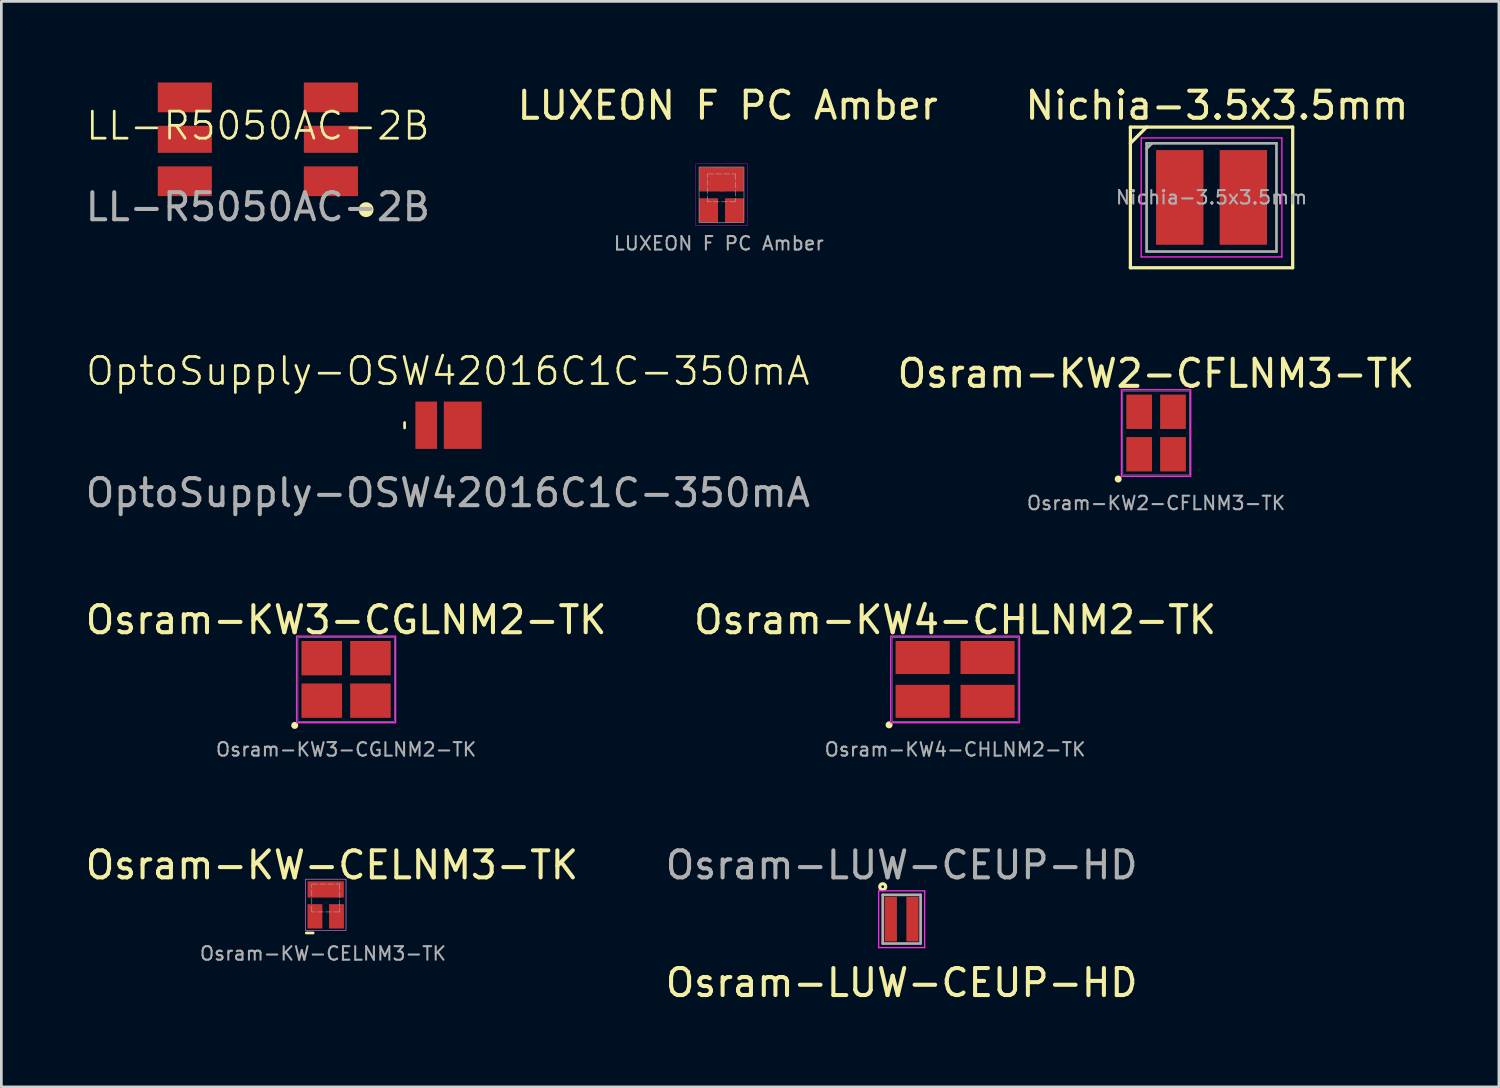
<source format=kicad_pcb>
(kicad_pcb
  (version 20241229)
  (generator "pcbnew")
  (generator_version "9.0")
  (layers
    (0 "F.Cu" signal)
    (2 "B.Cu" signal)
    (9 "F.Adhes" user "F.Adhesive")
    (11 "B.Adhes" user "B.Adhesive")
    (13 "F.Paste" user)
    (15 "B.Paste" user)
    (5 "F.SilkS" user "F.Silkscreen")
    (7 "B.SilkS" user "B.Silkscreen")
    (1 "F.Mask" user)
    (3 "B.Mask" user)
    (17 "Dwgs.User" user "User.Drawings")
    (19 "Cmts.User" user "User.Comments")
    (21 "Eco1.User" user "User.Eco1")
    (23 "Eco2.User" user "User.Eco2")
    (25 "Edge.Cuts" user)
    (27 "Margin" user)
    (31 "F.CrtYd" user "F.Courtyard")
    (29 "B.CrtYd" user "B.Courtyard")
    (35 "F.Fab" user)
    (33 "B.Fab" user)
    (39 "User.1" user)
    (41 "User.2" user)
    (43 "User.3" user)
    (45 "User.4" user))
  (footprint "Nichia-3.5x3.5mm"
    (layer "F.Cu")
    (at 41.735 4.248)
    (property "Reference" "Nichia-3.5x3.5mm" (at 0.2 -3.4 0) (layer "F.SilkS") (effects (font (size 1 1) (thickness 0.15))))
    (attr smd)
    (fp_line (start -3 -2.6) (end 3 -2.6) (stroke (width 0.12) (type solid)) (layer "F.SilkS"))
    (fp_line (start -3 -2) (end -2.4 -2.6) (stroke (width 0.12) (type solid)) (layer "F.SilkS"))
    (fp_line (start -3 2.6) (end -3 -2.6) (stroke (width 0.12) (type solid)) (layer "F.SilkS"))
    (fp_line (start 3 2.6) (end -3 2.6) (stroke (width 0.12) (type solid)) (layer "F.SilkS"))
    (fp_line (start 3 2.6) (end 3 -2.6) (stroke (width 0.12) (type solid)) (layer "F.SilkS"))
    (fp_line (start -2.6 -2.2) (end 2.6 -2.2) (stroke (width 0.05) (type solid)) (layer "F.CrtYd"))
    (fp_line (start -2.6 2.2) (end -2.6 -2.2) (stroke (width 0.05) (type solid)) (layer "F.CrtYd"))
    (fp_line (start 2.6 -2.2) (end 2.6 2.2) (stroke (width 0.05) (type solid)) (layer "F.CrtYd"))
    (fp_line (start 2.6 2.2) (end -2.6 2.2) (stroke (width 0.05) (type solid)) (layer "F.CrtYd"))
    (fp_line (start -2.4 -2) (end 2.4 -2) (stroke (width 0.1) (type solid)) (layer "F.Fab"))
    (fp_line (start -2.4 -1.8) (end -2.2 -2) (stroke (width 0.1) (type solid)) (layer "F.Fab"))
    (fp_line (start -2.4 2) (end -2.4 -2) (stroke (width 0.1) (type solid)) (layer "F.Fab"))
    (fp_line (start 2.4 -2) (end 2.4 2) (stroke (width 0.1) (type solid)) (layer "F.Fab"))
    (fp_line (start 2.4 2) (end -2.4 2) (stroke (width 0.1) (type solid)) (layer "F.Fab"))
    (fp_text user "${REFERENCE}" (at 0 0 0) (layer "F.Fab") (effects (font (size 0.5 0.5) (thickness 0.075))))
    (pad "1" smd rect (at -1.175 0 90) (size 3.5 1.75) (layers "F.Cu" "F.Mask" "F.Paste"))
    (pad "2" smd rect (at 1.175 0 90) (size 3.5 1.75) (layers "F.Cu" "F.Mask" "F.Paste")))
  (footprint "Osram-KW2-CFLNM3-TK"
    (layer "F.Cu")
    (at 39.685 12.957)
    (property "Reference" "Osram-KW2-CFLNM3-TK" (at 0 -2.2 0) (layer "F.SilkS") (effects (font (size 1 1) (thickness 0.15))))
    (attr smd)
    (fp_circle (center -1.4 1.7) (end -1.275 1.7) (stroke (width 0.01) (type solid)) (fill yes) (layer "F.SilkS"))
    (fp_rect (start -1.28 -1.6) (end 1.28 1.6) (stroke (width 0.05) (type default)) (fill no) (layer "F.CrtYd"))
    (fp_rect (start -1.23 -1.55) (end 1.23 1.55) (stroke (width 0.02) (type default)) (fill no) (layer "F.Fab"))
    (fp_text user "${REFERENCE}" (at 0 2.59 0) (layer "F.Fab") (effects (font (size 0.5 0.5) (thickness 0.075))))
    (pad "1" smd rect (at -0.625 0.785) (size 0.85 1.17) (layers "F.Cu" "F.Paste"))
    (pad "1" smd rect (at -0.625 0.785) (size 0.95 1.27) (layers "F.Cu" "F.Mask"))
    (pad "2" smd rect (at 0.625 0.785) (size 0.85 1.17) (layers "F.Cu" "F.Paste"))
    (pad "2" smd rect (at 0.625 0.785) (size 0.95 1.27) (layers "F.Cu" "F.Mask"))
    (pad "TH" smd rect (at -0.625 -0.785) (size 0.85 1.17) (layers "F.Cu" "F.Paste"))
    (pad "TH" smd rect (at -0.625 -0.785) (size 0.95 1.27) (layers "F.Cu" "F.Mask"))
    (pad "TH" smd rect (at 0.625 -0.785) (size 0.85 1.17) (layers "F.Cu" "F.Paste"))
    (pad "TH" smd rect (at 0.625 -0.785) (size 0.95 1.27) (layers "F.Cu" "F.Mask")))
  (footprint "Osram-KW4-CHLNM2-TK"
    (layer "F.Cu")
    (at 32.256 22.065)
    (property "Reference" "Osram-KW4-CHLNM2-TK" (at 0 -2.2 0) (layer "F.SilkS") (effects (font (size 1 1) (thickness 0.15))))
    (attr smd)
    (fp_circle (center -2.44 1.68) (end -2.315 1.68) (stroke (width 0.01) (type solid)) (fill yes) (layer "F.SilkS"))
    (fp_rect (start -2.38 -1.6) (end 2.38 1.6) (stroke (width 0.05) (type default)) (fill no) (layer "F.CrtYd"))
    (fp_rect (start -2.33 -1.55) (end 2.33 1.55) (stroke (width 0.02) (type default)) (fill no) (layer "F.Fab"))
    (fp_text user "${REFERENCE}" (at 0 2.59 0) (layer "F.Fab") (effects (font (size 0.5 0.5) (thickness 0.075))))
    (pad "1" smd rect (at -1.75 0.48) (size 0.8 0.45) (layers "F.Cu" "F.Paste"))
    (pad "1" smd rect (at -1.75 1.14) (size 0.8 0.45) (layers "F.Cu" "F.Paste"))
    (pad "1" smd rect (at -1.2 0.81) (size 2 1.22) (layers "F.Cu" "F.Mask"))
    (pad "1" smd rect (at -0.65 0.48) (size 0.8 0.45) (layers "F.Cu" "F.Paste"))
    (pad "1" smd rect (at -0.65 1.14) (size 0.8 0.45) (layers "F.Cu" "F.Paste"))
    (pad "2" smd rect (at 0.65 0.48) (size 0.8 0.45) (layers "F.Cu" "F.Paste"))
    (pad "2" smd rect (at 0.65 1.14) (size 0.8 0.45) (layers "F.Cu" "F.Paste"))
    (pad "2" smd rect (at 1.2 0.81) (size 2 1.22) (layers "F.Cu" "F.Mask"))
    (pad "2" smd rect (at 1.75 0.48) (size 0.8 0.45) (layers "F.Cu" "F.Paste"))
    (pad "2" smd rect (at 1.75 1.14) (size 0.8 0.45) (layers "F.Cu" "F.Paste"))
    (pad "TH" smd rect (at -1.75 -1.14) (size 0.8 0.45) (layers "F.Cu" "F.Paste"))
    (pad "TH" smd rect (at -1.75 -0.48) (size 0.8 0.45) (layers "F.Cu" "F.Paste"))
    (pad "TH" smd rect (at -1.2 -0.81) (size 2 1.22) (layers "F.Cu" "F.Mask"))
    (pad "TH" smd rect (at -0.65 -1.14) (size 0.8 0.45) (layers "F.Cu" "F.Paste"))
    (pad "TH" smd rect (at -0.65 -0.48) (size 0.8 0.45) (layers "F.Cu" "F.Paste"))
    (pad "TH" smd rect (at 0.65 -1.14) (size 0.8 0.45) (layers "F.Cu" "F.Paste"))
    (pad "TH" smd rect (at 0.65 -0.48) (size 0.8 0.45) (layers "F.Cu" "F.Paste"))
    (pad "TH" smd rect (at 1.2 -0.81) (size 2 1.22) (layers "F.Cu" "F.Mask"))
    (pad "TH" smd rect (at 1.75 -1.14) (size 0.8 0.45) (layers "F.Cu" "F.Paste"))
    (pad "TH" smd rect (at 1.75 -0.48) (size 0.8 0.45) (layers "F.Cu" "F.Paste")))
  (footprint "OptoSupply-OSW42016C1C-350mA"
    (layer "F.Cu")
    (at 13.506 12.669)
    (property "Reference" "OptoSupply-OSW42016C1C-350mA" (at 0 -2 0) (unlocked yes) (layer "F.SilkS") (effects (font (size 1 1) (thickness 0.1))))
    (attr smd)
    (fp_line (start -1.6 -0.1) (end -1.6 0.1) (stroke (width 0.1) (type default)) (layer "F.SilkS"))
    (fp_text user "${REFERENCE}" (at 0 2.5 0) (unlocked yes) (layer "F.Fab") (effects (font (size 1 1) (thickness 0.15))))
    (pad "1" smd rect (at -0.8 0 180) (size 0.8 1.75) (layers "F.Cu" "F.Mask" "F.Paste"))
    (pad "2" smd rect (at 0.55 0 180) (size 1.4 1.75) (layers "F.Cu" "F.Mask" "F.Paste")))
  (footprint "Osram-KW-CELNM3-TK"
    (layer "F.Cu")
    (at 8.99 30.398)
    (property "Reference" "Osram-KW-CELNM3-TK" (at 0.23 -1.47 0) (layer "F.SilkS") (effects (font (size 1 1) (thickness 0.15))))
    (attr smd)
    (fp_line (start -0.717 1.04) (end -0.463 1.04) (stroke (width 0.1) (type default)) (layer "F.SilkS"))
    (fp_rect (start -0.75 -0.95) (end 0.75 0.95) (stroke (width 0.01) (type default)) (fill no) (layer "F.CrtYd"))
    (fp_rect (start -0.515 -0.769) (end 0.515 0.261) (stroke (width 0.02) (type dash)) (fill no) (layer "F.Fab"))
    (fp_rect (start 0.75 0.95) (end -0.75 -0.95) (stroke (width 0.02) (type default)) (fill no) (layer "F.Fab"))
    (fp_text user "${REFERENCE}" (at -0.1 1.8 0) (layer "F.Fab") (effects (font (size 0.5 0.5) (thickness 0.075))))
    (pad "1" smd rect (at -0.398 0.425 180) (size 0.55 0.9) (layers "F.Cu" "F.Mask"))
    (pad "2" smd rect (at 0.398 0.425 180) (size 0.55 0.9) (layers "F.Cu" "F.Mask"))
    (pad "TH" smd rect (at 0 -0.57 180) (size 1.34 0.6) (property pad_prop_heatsink) (layers "F.Cu" "F.Mask")))
  (footprint "Osram-LUW-CEUP-HD"
    (layer "F.Cu")
    (at 30.28 30.928)
    (property "Reference" "Osram-LUW-CEUP-HD" (at 0 2.35 0) (layer "F.SilkS") (effects (font (size 1 1) (thickness 0.15))))
    (attr smd)
    (fp_circle (center -0.7 -1.2) (end -0.65 -1.2) (stroke (width 0.12) (type solid)) (fill no) (layer "F.SilkS"))
    (fp_line (start -0.85 -1.05) (end -0.85 1.05) (stroke (width 0.05) (type solid)) (layer "F.CrtYd"))
    (fp_line (start -0.85 -1.05) (end 0.85 -1.05) (stroke (width 0.05) (type solid)) (layer "F.CrtYd"))
    (fp_line (start 0.85 1.05) (end -0.85 1.05) (stroke (width 0.05) (type solid)) (layer "F.CrtYd"))
    (fp_line (start 0.85 1.05) (end 0.85 -1.05) (stroke (width 0.05) (type solid)) (layer "F.CrtYd"))
    (fp_line (start -0.7 -0.9) (end -0.7 0.9) (stroke (width 0.1) (type solid)) (layer "F.Fab"))
    (fp_line (start -0.7 0.9) (end 0.7 0.9) (stroke (width 0.1) (type solid)) (layer "F.Fab"))
    (fp_line (start 0.7 -0.9) (end -0.7 -0.9) (stroke (width 0.1) (type solid)) (layer "F.Fab"))
    (fp_line (start 0.7 0.9) (end 0.7 -0.9) (stroke (width 0.1) (type solid)) (layer "F.Fab"))
    (fp_text user "${REFERENCE}" (at 0 -2 0) (layer "F.Fab") (effects (font (size 1 1) (thickness 0.15))))
    (pad "1" smd rect (at -0.4 0 180) (size 0.45 1.65) (layers "F.Cu" "F.Mask" "F.Paste"))
    (pad "2" smd rect (at 0.4 0 180) (size 0.45 1.65) (layers "F.Cu" "F.Mask" "F.Paste")))
  (footprint "LUXEON F PC Amber"
    (layer "F.Cu")
    (at 23.621 4.148)
    (property "Reference" "LUXEON F PC Amber" (at 0.23 -3.3 0) (layer "F.SilkS") (effects (font (size 1 1) (thickness 0.15))))
    (attr smd)
    (fp_rect (start -0.95 -1.15) (end 0.95 1.15) (stroke (width 0.01) (type default)) (fill no) (layer "F.CrtYd"))
    (fp_rect (start -0.515 -0.769) (end 0.515 0.261) (stroke (width 0.02) (type dash)) (fill no) (layer "F.Fab"))
    (fp_rect (start 0.83 1.025) (end -0.83 -1.025) (stroke (width 0.02) (type solid)) (fill no) (layer "F.Fab"))
    (fp_text user "${REFERENCE}" (at -0.1 1.8 0) (layer "F.Fab") (effects (font (size 0.5 0.5) (thickness 0.075))))
    (pad "1" smd circle (at -0.48 0.58 180) (size 0.7 0.7) (layers "F.Cu" "Eco2.User"))
    (pad "1" smd rect (at -0.48 0.58 180) (size 0.7 0.9) (layers "F.Cu" "F.Mask" "F.Paste"))
    (pad "2" smd circle (at 0.48 0.58 180) (size 0.7 0.7) (layers "F.Cu" "Eco2.User"))
    (pad "2" smd rect (at 0.48 0.58 180) (size 0.7 0.9) (layers "F.Cu" "F.Mask" "F.Paste"))
    (pad "TH" smd circle (at 0 -0.575 180) (size 0.9 0.9) (layers "F.Cu" "Eco2.User"))
    (pad "TH" smd rect (at 0 -0.57 180) (size 1.65 0.9) (layers "F.Cu" "F.Mask" "F.Paste")))
  (footprint "Osram-KW3-CGLNM2-TK"
    (layer "F.Cu")
    (at 9.744 22.065)
    (property "Reference" "Osram-KW3-CGLNM2-TK" (at 0 -2.2 0) (layer "F.SilkS") (effects (font (size 1 1) (thickness 0.15))))
    (attr smd)
    (fp_circle (center -1.9 1.7) (end -1.775 1.7) (stroke (width 0.01) (type solid)) (fill yes) (layer "F.SilkS"))
    (fp_rect (start -1.83 -1.6) (end 1.83 1.6) (stroke (width 0.05) (type default)) (fill no) (layer "F.CrtYd"))
    (fp_rect (start -1.78 -1.55) (end 1.78 1.55) (stroke (width 0.02) (type default)) (fill no) (layer "F.Fab"))
    (fp_text user "${REFERENCE}" (at 0 2.59 0) (layer "F.Fab") (effects (font (size 0.5 0.5) (thickness 0.075))))
    (pad "1" smd rect (at -1.33 0.42) (size 0.55 0.45) (layers "F.Cu" "F.Paste"))
    (pad "1" smd rect (at -1.33 1.15) (size 0.55 0.45) (layers "F.Cu" "F.Paste"))
    (pad "1" smd rect (at -0.9 0.785) (size 1.5 1.27) (layers "F.Cu" "F.Mask"))
    (pad "1" smd rect (at -0.47 0.42) (size 0.55 0.45) (layers "F.Cu" "F.Paste"))
    (pad "1" smd rect (at -0.47 1.15) (size 0.55 0.45) (layers "F.Cu" "F.Paste"))
    (pad "2" smd rect (at 0.47 0.42) (size 0.55 0.45) (layers "F.Cu" "F.Paste"))
    (pad "2" smd rect (at 0.47 1.15) (size 0.55 0.45) (layers "F.Cu" "F.Paste"))
    (pad "2" smd rect (at 0.9 0.785) (size 1.5 1.27) (layers "F.Cu" "F.Mask"))
    (pad "2" smd rect (at 1.33 0.42) (size 0.55 0.45) (layers "F.Cu" "F.Paste"))
    (pad "2" smd rect (at 1.33 1.15) (size 0.55 0.45) (layers "F.Cu" "F.Paste"))
    (pad "TH" smd rect (at -1.33 -1.15) (size 0.55 0.45) (layers "F.Cu" "F.Paste"))
    (pad "TH" smd rect (at -1.33 -0.42) (size 0.55 0.45) (layers "F.Cu" "F.Paste"))
    (pad "TH" smd rect (at -0.9 -0.785) (size 1.5 1.27) (layers "F.Cu" "F.Mask"))
    (pad "TH" smd rect (at -0.47 -1.15) (size 0.55 0.45) (layers "F.Cu" "F.Paste"))
    (pad "TH" smd rect (at -0.47 -0.42) (size 0.55 0.45) (layers "F.Cu" "F.Paste"))
    (pad "TH" smd rect (at 0.47 -1.15) (size 0.55 0.45) (layers "F.Cu" "F.Paste"))
    (pad "TH" smd rect (at 0.47 -0.42) (size 0.55 0.45) (layers "F.Cu" "F.Paste"))
    (pad "TH" smd rect (at 0.9 -0.785) (size 1.5 1.27) (layers "F.Cu" "F.Mask"))
    (pad "TH" smd rect (at 1.33 -1.15) (size 0.55 0.45) (layers "F.Cu" "F.Paste"))
    (pad "TH" smd rect (at 1.33 -0.42) (size 0.55 0.45) (layers "F.Cu" "F.Paste")))
  (footprint "LL-R5050AC-2B"
    (layer "F.Cu")
    (at 6.482 2.1)
    (property "Reference" "LL-R5050AC-2B" (at 0 -0.5 0) (unlocked yes) (layer "F.SilkS") (effects (font (size 1 1) (thickness 0.1))))
    (attr smd)
    (fp_circle (center 4 2.6) (end 4.25 2.6) (stroke (width 0.05) (type solid)) (fill yes) (layer "F.SilkS"))
    (fp_text user "${REFERENCE}" (at 0 2.5 0) (unlocked yes) (layer "F.Fab") (effects (font (size 1 1) (thickness 0.15))))
    (pad "1" smd rect (at -2.7 1.55 90) (size 1.1 2) (layers "F.Cu" "F.Mask" "F.Paste"))
    (pad "2" smd rect (at -2.7 0 90) (size 1 2) (layers "F.Cu" "F.Mask" "F.Paste"))
    (pad "3" smd rect (at -2.7 -1.55 90) (size 1.1 2) (layers "F.Cu" "F.Mask" "F.Paste"))
    (pad "4" smd rect (at 2.7 -1.55 90) (size 1.1 2) (layers "F.Cu" "F.Mask" "F.Paste"))
    (pad "5" smd rect (at 2.7 0 90) (size 1 2) (layers "F.Cu" "F.Mask" "F.Paste"))
    (pad "6" smd rect (at 2.7 1.55 90) (size 1.1 2) (layers "F.Cu" "F.Mask" "F.Paste")))
  (gr_rect
    (start -3 -3)
    (end 52.357 37.126)
    (stroke (width 0.1) (type default))
    (fill no)
    (layer "Edge.Cuts")))
</source>
